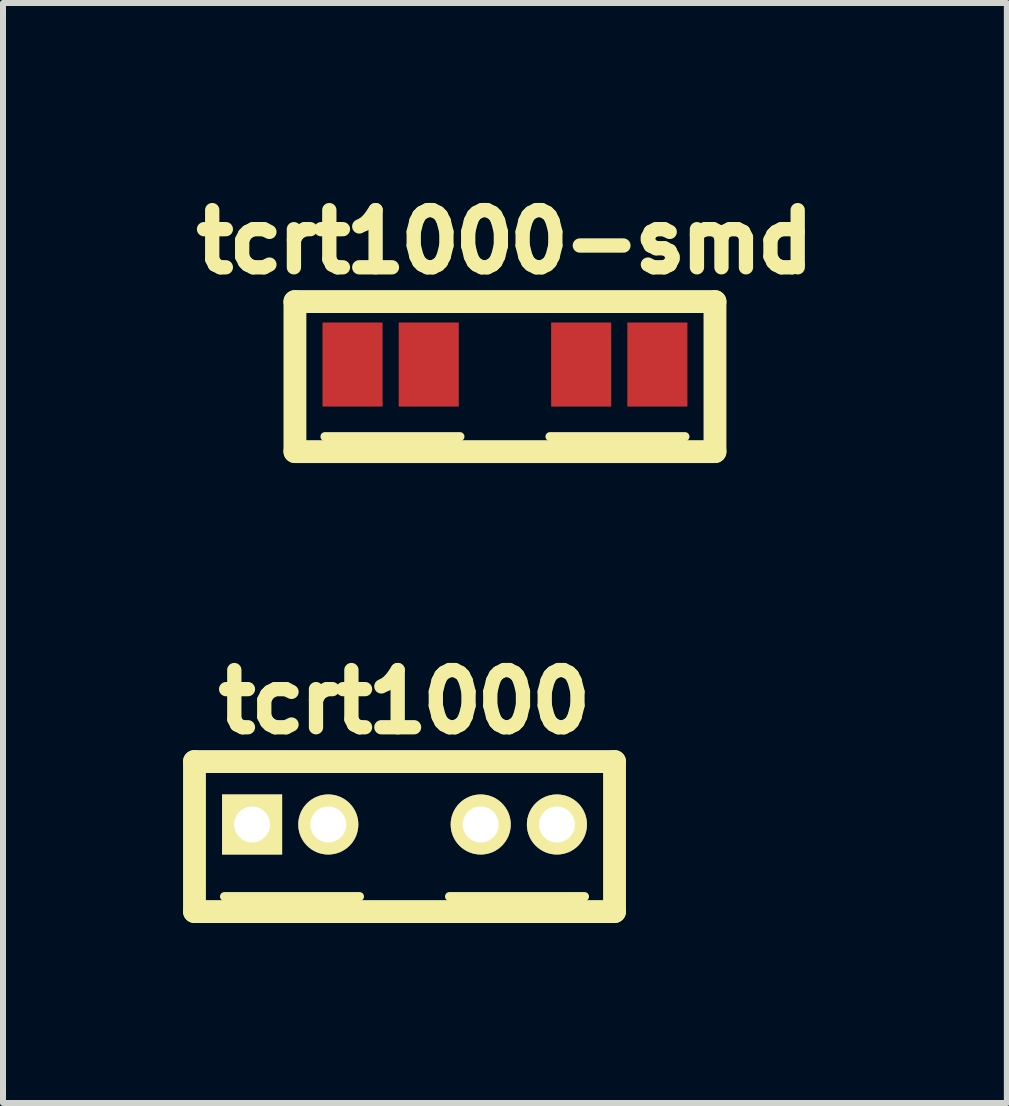
<source format=kicad_pcb>
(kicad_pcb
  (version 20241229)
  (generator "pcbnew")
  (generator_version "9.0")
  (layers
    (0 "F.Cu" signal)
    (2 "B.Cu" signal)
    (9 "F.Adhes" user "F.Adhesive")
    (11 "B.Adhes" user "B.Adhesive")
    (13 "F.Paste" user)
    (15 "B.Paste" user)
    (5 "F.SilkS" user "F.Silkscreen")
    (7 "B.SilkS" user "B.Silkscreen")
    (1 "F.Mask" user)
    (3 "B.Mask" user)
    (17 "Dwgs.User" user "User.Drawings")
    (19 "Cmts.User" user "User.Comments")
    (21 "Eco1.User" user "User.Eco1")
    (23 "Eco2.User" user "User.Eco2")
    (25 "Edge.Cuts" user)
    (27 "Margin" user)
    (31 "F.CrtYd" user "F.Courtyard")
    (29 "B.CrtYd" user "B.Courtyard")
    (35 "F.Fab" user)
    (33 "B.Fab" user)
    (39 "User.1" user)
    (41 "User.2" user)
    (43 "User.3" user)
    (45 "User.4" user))
  (footprint "tcrt1000"
    (layer "F.Cu")
    (at 3.691 10.891)
    (property "Reference" "tcrt1000" (at 0 -2.25 0) (layer "F.SilkS") (effects (font (size 0.953 0.953) (thickness 0.239))))
    (attr through_hole)
    (fp_line (start -3.5 -1.25) (end 3.5 -1.25) (stroke (width 0.381) (type solid)) (layer "F.SilkS"))
    (fp_line (start -3.5 1.25) (end -3.5 -1.25) (stroke (width 0.381) (type solid)) (layer "F.SilkS"))
    (fp_line (start -3 1) (end -0.75 1) (stroke (width 0.15) (type solid)) (layer "F.SilkS"))
    (fp_line (start 0.75 1) (end 3 1) (stroke (width 0.15) (type solid)) (layer "F.SilkS"))
    (fp_line (start 3.5 -1.25) (end 3.5 1.25) (stroke (width 0.381) (type solid)) (layer "F.SilkS"))
    (fp_line (start 3.5 1.25) (end -3.5 1.25) (stroke (width 0.381) (type solid)) (layer "F.SilkS"))
    (pad "1" thru_hole rect (at -2.54 -0.201) (size 1.001 1.001) (drill 0.599) (layers "*.Cu" "*.Mask" "F.SilkS"))
    (pad "2" thru_hole oval (at -1.27 -0.201) (size 1.001 1.001) (drill 0.599) (layers "*.Cu" "*.Mask" "F.SilkS"))
    (pad "3" thru_hole oval (at 1.27 -0.201) (size 1.001 1.001) (drill 0.599) (layers "*.Cu" "*.Mask" "F.SilkS"))
    (pad "4" thru_hole oval (at 2.54 -0.201) (size 1.001 1.001) (drill 0.599) (layers "*.Cu" "*.Mask" "F.SilkS")))
  (footprint "tcrt1000-smd"
    (layer "F.Cu")
    (at 5.365 3.226)
    (property "Reference" "tcrt1000-smd" (at 0 -2.25 0) (layer "F.SilkS") (effects (font (size 0.953 0.953) (thickness 0.239))))
    (attr through_hole)
    (fp_line (start -3.5 -1.25) (end 3.5 -1.25) (stroke (width 0.381) (type solid)) (layer "F.SilkS"))
    (fp_line (start -3.5 1.25) (end -3.5 -1.25) (stroke (width 0.381) (type solid)) (layer "F.SilkS"))
    (fp_line (start -3 1) (end -0.75 1) (stroke (width 0.15) (type solid)) (layer "F.SilkS"))
    (fp_line (start 0.75 1) (end 3 1) (stroke (width 0.15) (type solid)) (layer "F.SilkS"))
    (fp_line (start 3.5 -1.25) (end 3.5 1.25) (stroke (width 0.381) (type solid)) (layer "F.SilkS"))
    (fp_line (start 3.5 1.25) (end -3.5 1.25) (stroke (width 0.381) (type solid)) (layer "F.SilkS"))
    (pad "1" smd rect (at -2.54 -0.201) (size 1.001 1.401) (layers "F.Cu" "F.Mask" "F.Paste"))
    (pad "2" smd rect (at -1.27 -0.201) (size 1.001 1.401) (layers "F.Cu" "F.Mask" "F.Paste"))
    (pad "3" smd rect (at 1.27 -0.201) (size 1.001 1.401) (layers "F.Cu" "F.Mask" "F.Paste"))
    (pad "4" smd rect (at 2.54 -0.201) (size 1.001 1.401) (layers "F.Cu" "F.Mask" "F.Paste")))
  (gr_rect
    (start -3 -3)
    (end 13.729 15.331)
    (stroke (width 0.1) (type default))
    (fill no)
    (layer "Edge.Cuts")))
</source>
